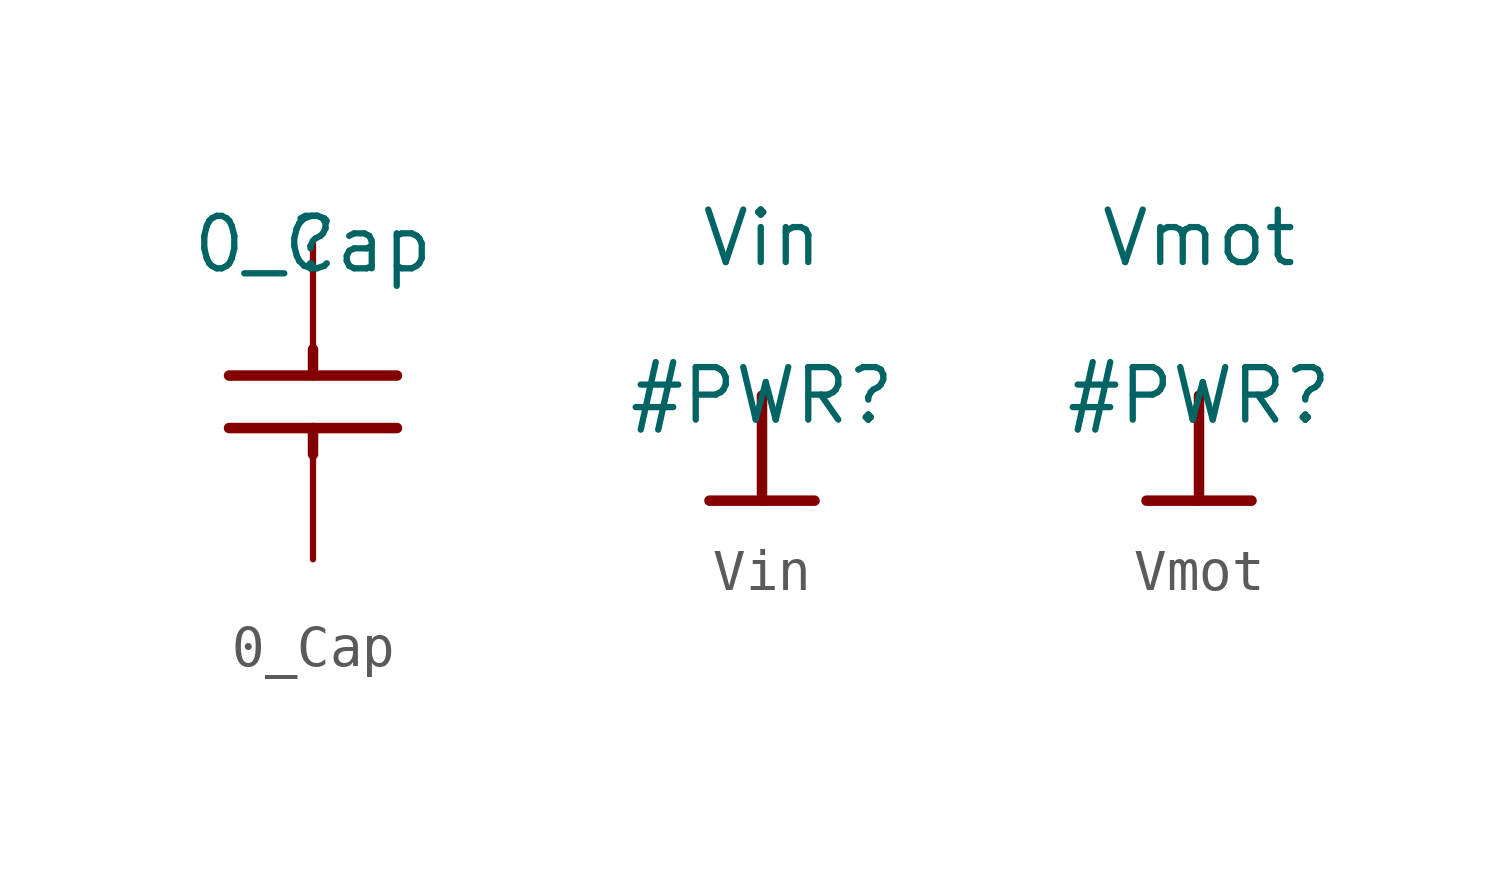
<source format=kicad_sym>
(kicad_symbol_lib
  (version 20211014)
  (generator kicad_symbol_editor)
  (symbol "0_Cap"
    (property "Reference" ""
      (at 0 0 0)
      (effects (font (size 1.27 1.27))))
    (property "Value" "0_Cap"
      (at 0 0 0)
      (effects (font (size 1.27 1.27))))
    (symbol "0_Cap_1_0"
      (polyline (pts (xy -2.032 -4.445) (xy 2.032 -4.445)) (stroke (width 0.254) (type default) (color 0 0 0 0)) (fill (type none)))
      (polyline (pts (xy -2.032 -3.175) (xy 2.032 -3.175)) (stroke (width 0.254) (type default) (color 0 0 0 0)) (fill (type none)))
      (polyline (pts (xy 0 -4.445) (xy 0 -5.08)) (stroke (width 0.254) (type default) (color 0 0 0 0)) (fill (type none)))
      (polyline (pts (xy 0 -2.54) (xy 0 -3.175)) (stroke (width 0.254) (type default) (color 0 0 0 0)) (fill (type none)))
      (pin passive line (at 0 0 270) (length 2.54) (name "1" (effects (font (size 0 0)))) (number "1" (effects (font (size 0 0)))))
      (pin passive line (at 0 -7.62 90) (length 2.54) (name "2" (effects (font (size 0 0)))) (number "2" (effects (font (size 0 0)))))))
  (symbol "Vin"
    (power)
    (property "Reference" "#PWR"
      (at 0 0 0)
      (effects (font (size 1.27 1.27))))
    (property "Value" "Vin"
      (at 0 3.81 0)
      (effects (font (size 1.27 1.27))))
    (symbol "Vin_0_0"
      (polyline (pts (xy -1.27 -2.54) (xy 1.27 -2.54)) (stroke (width 0.254) (type default) (color 0 0 0 0)) (fill (type none)))
      (polyline (pts (xy 0 0) (xy 0 -2.54)) (stroke (width 0.254) (type default) (color 0 0 0 0)) (fill (type none)))
      (pin power_in line (at 0 0 0) (length 0) hide (name "Vin" (effects (font (size 1.27 1.27)))) (number "" (effects (font (size 1.27 1.27)))))))
  (symbol "Vmot"
    (power)
    (property "Reference" "#PWR"
      (at 0 0 0)
      (effects (font (size 1.27 1.27))))
    (property "Value" "Vmot"
      (at 0 3.81 0)
      (effects (font (size 1.27 1.27))))
    (symbol "Vmot_0_0"
      (polyline (pts (xy -1.27 -2.54) (xy 1.27 -2.54)) (stroke (width 0.254) (type default) (color 0 0 0 0)) (fill (type none)))
      (polyline (pts (xy 0 0) (xy 0 -2.54)) (stroke (width 0.254) (type default) (color 0 0 0 0)) (fill (type none)))
      (pin power_in line (at 0 0 0) (length 0) hide (name "Vmot" (effects (font (size 1.27 1.27)))) (number "" (effects (font (size 1.27 1.27))))))))
</source>
